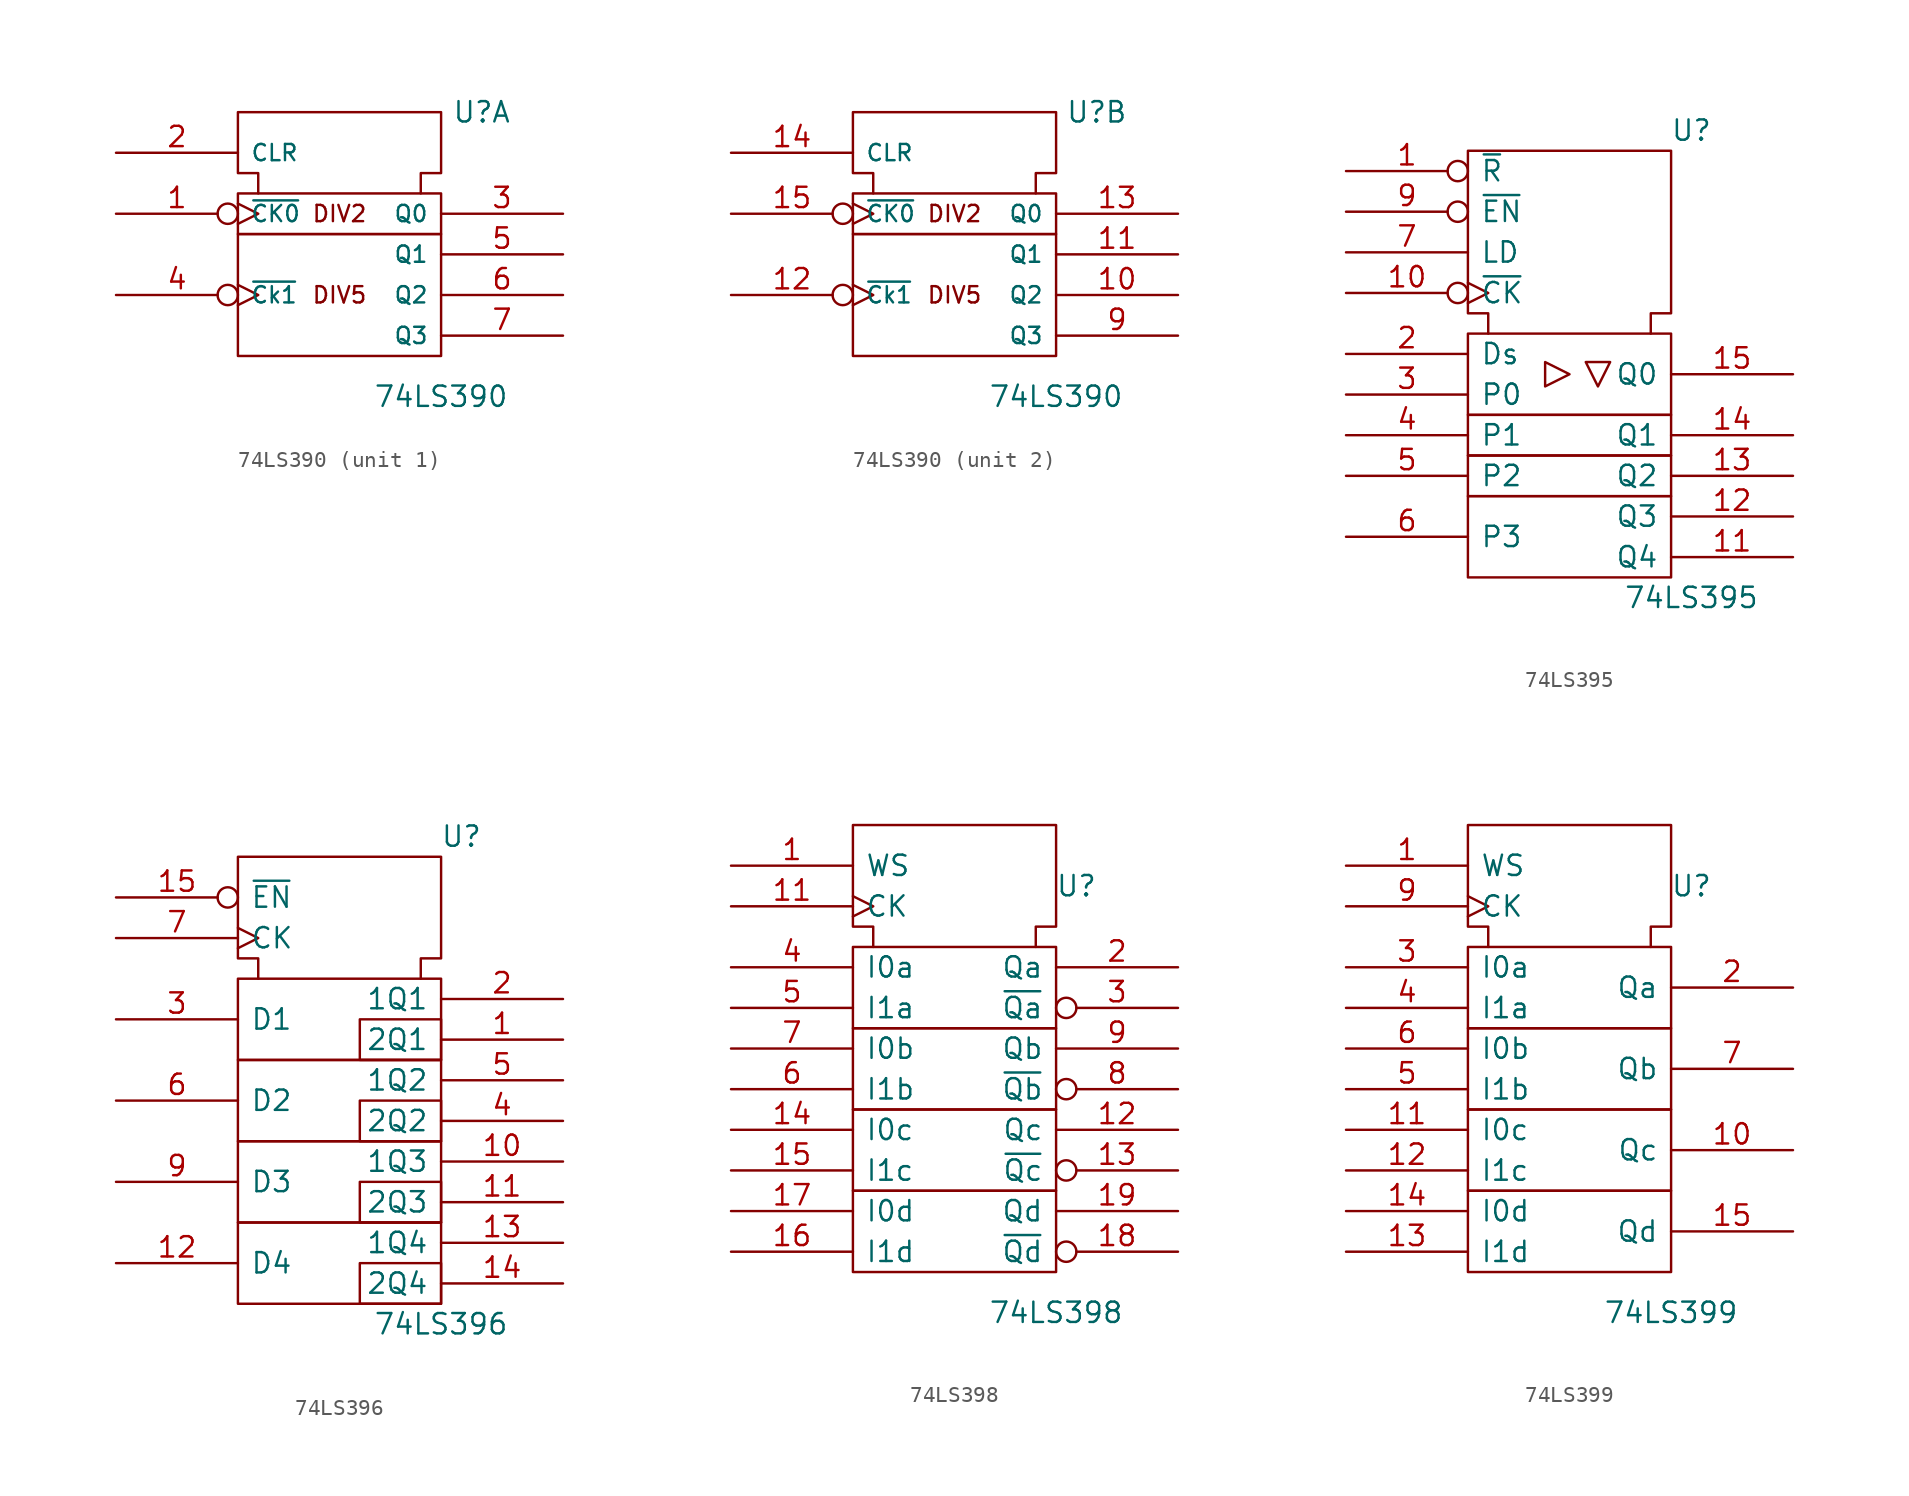
<source format=kicad_sym>
(kicad_symbol_lib
  (version 20201005)
  (generator kicad_symbol_editor)
  (symbol "74LS390"
    (pin_names
      (offset 0.762))
    (property "Reference" "U"
      (at 8.89 10.16 0)
      (effects (font (size 1.27 1.27))))
    (property "Value" "74LS390"
      (at 6.35 -7.62 0)
      (effects (font (size 1.27 1.27))))
    (symbol "74LS390_0_0"
      (text "DIV5" (at 0 -1.27 0) (effects (font (size 1.016 1.016))))
      (text "DIV2" (at 0 3.81 0) (effects (font (size 1.016 1.016))))
      (rectangle (start -6.35 2.54) (end 6.35 -5.08) (stroke (width 0)) (fill (type none)))
      (rectangle (start -6.35 5.08) (end 6.35 2.54) (stroke (width 0)) (fill (type none)))
      (polyline (pts (xy -5.08 5.08) (xy -5.08 6.35) (xy -6.35 6.35) (xy -6.35 10.16) (xy 6.35 10.16) (xy 6.35 6.35) (xy 5.08 6.35) (xy 5.08 5.08) (xy 5.08 5.08)) (stroke (width 0)) (fill (type none)))
      (pin power_in line (at 1.27 10.16 270) (length 0) hide (name "GND" (effects (font (size 1.016 1.016)))) (number "8" (effects (font (size 1.27 1.27)))))
      (pin power_in line (at 3.81 10.16 270) (length 0) hide (name "VCC" (effects (font (size 1.016 1.016)))) (number "16" (effects (font (size 1.27 1.27))))))
    (symbol "74LS390_1_1"
      (pin output line (at 13.97 -3.81 180) (length 7.62) (name "Q3" (effects (font (size 1.016 1.016)))) (number "7" (effects (font (size 1.27 1.27)))))
      (pin output line (at 13.97 -1.27 180) (length 7.62) (name "Q2" (effects (font (size 1.016 1.016)))) (number "6" (effects (font (size 1.27 1.27)))))
      (pin output line (at 13.97 1.27 180) (length 7.62) (name "Q1" (effects (font (size 1.016 1.016)))) (number "5" (effects (font (size 1.27 1.27)))))
      (pin output line (at 13.97 3.81 180) (length 7.62) (name "Q0" (effects (font (size 1.016 1.016)))) (number "3" (effects (font (size 1.27 1.27)))))
      (pin input inverted_clock (at -13.97 -1.27 0) (length 7.62) (name "~Ck1" (effects (font (size 1.016 1.016)))) (number "4" (effects (font (size 1.27 1.27)))))
      (pin input inverted_clock (at -13.97 3.81 0) (length 7.62) (name "~CK0" (effects (font (size 1.016 1.016)))) (number "1" (effects (font (size 1.27 1.27)))))
      (pin input line (at -13.97 7.62 0) (length 7.62) (name "CLR" (effects (font (size 1.016 1.016)))) (number "2" (effects (font (size 1.27 1.27))))))
    (symbol "74LS390_2_1"
      (pin output line (at 13.97 -3.81 180) (length 7.62) (name "Q3" (effects (font (size 1.016 1.016)))) (number "9" (effects (font (size 1.27 1.27)))))
      (pin output line (at 13.97 -1.27 180) (length 7.62) (name "Q2" (effects (font (size 1.016 1.016)))) (number "10" (effects (font (size 1.27 1.27)))))
      (pin output line (at 13.97 1.27 180) (length 7.62) (name "Q1" (effects (font (size 1.016 1.016)))) (number "11" (effects (font (size 1.27 1.27)))))
      (pin output line (at 13.97 3.81 180) (length 7.62) (name "Q0" (effects (font (size 1.016 1.016)))) (number "13" (effects (font (size 1.27 1.27)))))
      (pin input inverted_clock (at -13.97 -1.27 0) (length 7.62) (name "~Ck1" (effects (font (size 1.016 1.016)))) (number "12" (effects (font (size 1.27 1.27)))))
      (pin input inverted_clock (at -13.97 3.81 0) (length 7.62) (name "~CK0" (effects (font (size 1.016 1.016)))) (number "15" (effects (font (size 1.27 1.27)))))
      (pin input line (at -13.97 7.62 0) (length 7.62) (name "CLR" (effects (font (size 1.016 1.016)))) (number "14" (effects (font (size 1.27 1.27)))))))
  (symbol "74LS395"
    (pin_names
      (offset 0.762))
    (property "Reference" "U"
      (at 7.62 13.97 0)
      (effects (font (size 1.27 1.27))))
    (property "Value" "74LS395"
      (at 7.62 -15.24 0)
      (effects (font (size 1.27 1.27))))
    (symbol "74LS395_0_0"
      (rectangle (start -6.35 -8.89) (end 6.35 -13.97) (stroke (width 0)) (fill (type none)))
      (polyline (pts (xy -5.08 1.27) (xy -5.08 2.54) (xy -6.35 2.54) (xy -6.35 12.7) (xy 6.35 12.7) (xy 6.35 2.54) (xy 5.08 2.54) (xy 5.08 1.27) (xy 5.08 1.27)) (stroke (width 0)) (fill (type none)))
      (pin power_in line (at 0 12.7 270) (length 0) hide (name "GND" (effects (font (size 1.27 1.27)))) (number "8" (effects (font (size 1.27 1.27))))))
    (symbol "74LS395_0_1"
      (rectangle (start -6.35 1.27) (end 6.35 -3.81) (stroke (width 0)) (fill (type none)))
      (rectangle (start -6.35 -6.35) (end 6.35 -8.89) (stroke (width 0)) (fill (type none)))
      (rectangle (start -6.35 -3.81) (end 6.35 -6.35) (stroke (width 0)) (fill (type none)))
      (polyline (pts (xy -1.524 -0.508) (xy -1.524 -2.032) (xy 0 -1.27) (xy -1.524 -0.508) (xy -1.524 -0.508)) (stroke (width 0)) (fill (type none)))
      (polyline (pts (xy 2.54 -0.508) (xy 1.016 -0.508) (xy 1.778 -2.032) (xy 2.54 -0.508) (xy 2.54 -0.508)) (stroke (width 0)) (fill (type none)))
      (pin power_in line (at 3.81 12.7 270) (length 0) hide (name "Vdd" (effects (font (size 1.27 1.27)))) (number "16" (effects (font (size 1.27 1.27))))))
    (symbol "74LS395_1_1"
      (pin input line (at 13.97 -12.7 180) (length 7.62) (name "Q4" (effects (font (size 1.27 1.27)))) (number "11" (effects (font (size 1.27 1.27)))))
      (pin output line (at 13.97 -10.16 180) (length 7.62) (name "Q3" (effects (font (size 1.27 1.27)))) (number "12" (effects (font (size 1.27 1.27)))))
      (pin output line (at 13.97 -7.62 180) (length 7.62) (name "Q2" (effects (font (size 1.27 1.27)))) (number "13" (effects (font (size 1.27 1.27)))))
      (pin output line (at 13.97 -5.08 180) (length 7.62) (name "Q1" (effects (font (size 1.27 1.27)))) (number "14" (effects (font (size 1.27 1.27)))))
      (pin output line (at 13.97 -1.27 180) (length 7.62) (name "Q0" (effects (font (size 1.27 1.27)))) (number "15" (effects (font (size 1.27 1.27)))))
      (pin input line (at -13.97 -11.43 0) (length 7.62) (name "P3" (effects (font (size 1.27 1.27)))) (number "6" (effects (font (size 1.27 1.27)))))
      (pin input line (at -13.97 -7.62 0) (length 7.62) (name "P2" (effects (font (size 1.27 1.27)))) (number "5" (effects (font (size 1.27 1.27)))))
      (pin input line (at -13.97 -5.08 0) (length 7.62) (name "P1" (effects (font (size 1.27 1.27)))) (number "4" (effects (font (size 1.27 1.27)))))
      (pin input line (at -13.97 -2.54 0) (length 7.62) (name "P0" (effects (font (size 1.27 1.27)))) (number "3" (effects (font (size 1.27 1.27)))))
      (pin input line (at -13.97 0 0) (length 7.62) (name "Ds" (effects (font (size 1.27 1.27)))) (number "2" (effects (font (size 1.27 1.27)))))
      (pin input inverted_clock (at -13.97 3.81 0) (length 7.62) (name "~CK" (effects (font (size 1.27 1.27)))) (number "10" (effects (font (size 1.27 1.27)))))
      (pin input line (at -13.97 6.35 0) (length 7.62) (name "LD" (effects (font (size 1.27 1.27)))) (number "7" (effects (font (size 1.27 1.27)))))
      (pin input inverted (at -13.97 8.89 0) (length 7.62) (name "~EN" (effects (font (size 1.27 1.27)))) (number "9" (effects (font (size 1.27 1.27)))))
      (pin input inverted (at -13.97 11.43 0) (length 7.62) (name "~R" (effects (font (size 1.27 1.27)))) (number "1" (effects (font (size 1.27 1.27)))))))
  (symbol "74LS396"
    (pin_names
      (offset 0.762))
    (property "Reference" "U"
      (at 7.62 10.16 0)
      (effects (font (size 1.27 1.27))))
    (property "Value" "74LS396"
      (at 6.35 -20.32 0)
      (effects (font (size 1.27 1.27))))
    (symbol "74LS396_0_0"
      (rectangle (start -6.35 -13.97) (end 6.35 -19.05) (stroke (width 0)) (fill (type none)))
      (rectangle (start -6.35 1.27) (end 6.35 -3.81) (stroke (width 0)) (fill (type none)))
      (rectangle (start -6.35 -3.81) (end 6.35 -8.89) (stroke (width 0)) (fill (type none)))
      (rectangle (start 6.35 -1.27) (end 1.27 -3.81) (stroke (width 0)) (fill (type none)))
      (rectangle (start -6.35 -8.89) (end 6.35 -13.97) (stroke (width 0)) (fill (type none)))
      (rectangle (start 6.35 -16.51) (end 1.27 -19.05) (stroke (width 0)) (fill (type none)))
      (rectangle (start 6.35 -11.43) (end 1.27 -13.97) (stroke (width 0)) (fill (type none)))
      (rectangle (start 6.35 -6.35) (end 1.27 -8.89) (stroke (width 0)) (fill (type none))))
    (symbol "74LS396_0_1"
      (polyline (pts (xy -5.08 1.27) (xy -5.08 2.54) (xy -6.35 2.54) (xy -6.35 8.89) (xy 6.35 8.89) (xy 6.35 2.54) (xy 5.08 2.54) (xy 5.08 1.27) (xy 5.08 1.27)) (stroke (width 0)) (fill (type none))))
    (symbol "74LS396_1_1"
      (pin power_in line (at 0 8.89 270) (length 0) hide (name "Vss" (effects (font (size 1.27 1.27)))) (number "8" (effects (font (size 1.27 1.27)))))
      (pin power_in line (at 3.81 8.89 270) (length 0) hide (name "Vdd" (effects (font (size 1.27 1.27)))) (number "16" (effects (font (size 1.27 1.27)))))
      (pin output line (at 13.97 -17.78 180) (length 7.62) (name "2Q4" (effects (font (size 1.27 1.27)))) (number "14" (effects (font (size 1.27 1.27)))))
      (pin output line (at 13.97 -15.24 180) (length 7.62) (name "1Q4" (effects (font (size 1.27 1.27)))) (number "13" (effects (font (size 1.27 1.27)))))
      (pin output line (at 13.97 -12.7 180) (length 7.62) (name "2Q3" (effects (font (size 1.27 1.27)))) (number "11" (effects (font (size 1.27 1.27)))))
      (pin output line (at 13.97 -10.16 180) (length 7.62) (name "1Q3" (effects (font (size 1.27 1.27)))) (number "10" (effects (font (size 1.27 1.27)))))
      (pin output line (at 13.97 -7.62 180) (length 7.62) (name "2Q2" (effects (font (size 1.27 1.27)))) (number "4" (effects (font (size 1.27 1.27)))))
      (pin output line (at 13.97 -5.08 180) (length 7.62) (name "1Q2" (effects (font (size 1.27 1.27)))) (number "5" (effects (font (size 1.27 1.27)))))
      (pin output line (at 13.97 -2.54 180) (length 7.62) (name "2Q1" (effects (font (size 1.27 1.27)))) (number "1" (effects (font (size 1.27 1.27)))))
      (pin output line (at 13.97 0 180) (length 7.62) (name "1Q1" (effects (font (size 1.27 1.27)))) (number "2" (effects (font (size 1.27 1.27)))))
      (pin input line (at -13.97 -16.51 0) (length 7.62) (name "D4" (effects (font (size 1.27 1.27)))) (number "12" (effects (font (size 1.27 1.27)))))
      (pin input line (at -13.97 -11.43 0) (length 7.62) (name "D3" (effects (font (size 1.27 1.27)))) (number "9" (effects (font (size 1.27 1.27)))))
      (pin input line (at -13.97 -6.35 0) (length 7.62) (name "D2" (effects (font (size 1.27 1.27)))) (number "6" (effects (font (size 1.27 1.27)))))
      (pin input line (at -13.97 -1.27 0) (length 7.62) (name "D1" (effects (font (size 1.27 1.27)))) (number "3" (effects (font (size 1.27 1.27)))))
      (pin input clock (at -13.97 3.81 0) (length 7.62) (name "CK" (effects (font (size 1.27 1.27)))) (number "7" (effects (font (size 1.27 1.27)))))
      (pin input inverted (at -13.97 6.35 0) (length 7.62) (name "~EN" (effects (font (size 1.27 1.27)))) (number "15" (effects (font (size 1.27 1.27)))))))
  (symbol "74LS398"
    (pin_names
      (offset 0.762))
    (property "Reference" "U"
      (at 7.62 10.16 0)
      (effects (font (size 1.27 1.27))))
    (property "Value" "74LS398"
      (at 6.35 -16.51 0)
      (effects (font (size 1.27 1.27))))
    (symbol "74LS398_0_0"
      (rectangle (start -6.35 -3.81) (end 6.35 -8.89) (stroke (width 0)) (fill (type none)))
      (rectangle (start -6.35 1.27) (end 6.35 -3.81) (stroke (width 0)) (fill (type none)))
      (rectangle (start -6.35 -8.89) (end 6.35 -13.97) (stroke (width 0)) (fill (type none)))
      (rectangle (start -6.35 6.35) (end 6.35 1.27) (stroke (width 0)) (fill (type none)))
      (polyline (pts (xy -5.08 6.35) (xy -5.08 7.62) (xy -6.35 7.62) (xy -6.35 13.97) (xy 6.35 13.97) (xy 6.35 7.62) (xy 5.08 7.62) (xy 5.08 6.35) (xy 5.08 6.35)) (stroke (width 0)) (fill (type none)))
      (pin power_in line (at 0 13.97 270) (length 0) hide (name "GND" (effects (font (size 1.27 1.27)))) (number "10" (effects (font (size 1.27 1.27)))))
      (pin power_in line (at 3.81 13.97 270) (length 0) hide (name "VCC" (effects (font (size 1.27 1.27)))) (number "20" (effects (font (size 1.27 1.27))))))
    (symbol "74LS398_1_1"
      (pin output inverted (at 13.97 -12.7 180) (length 7.62) (name "~Qd" (effects (font (size 1.27 1.27)))) (number "18" (effects (font (size 1.27 1.27)))))
      (pin tri_state line (at 13.97 -10.16 180) (length 7.62) (name "Qd" (effects (font (size 1.27 1.27)))) (number "19" (effects (font (size 1.27 1.27)))))
      (pin output inverted (at 13.97 -7.62 180) (length 7.62) (name "~Qc" (effects (font (size 1.27 1.27)))) (number "13" (effects (font (size 1.27 1.27)))))
      (pin tri_state line (at 13.97 -5.08 180) (length 7.62) (name "Qc" (effects (font (size 1.27 1.27)))) (number "12" (effects (font (size 1.27 1.27)))))
      (pin output inverted (at 13.97 -2.54 180) (length 7.62) (name "~Qb" (effects (font (size 1.27 1.27)))) (number "8" (effects (font (size 1.27 1.27)))))
      (pin tri_state line (at 13.97 0 180) (length 7.62) (name "Qb" (effects (font (size 1.27 1.27)))) (number "9" (effects (font (size 1.27 1.27)))))
      (pin output inverted (at 13.97 2.54 180) (length 7.62) (name "~Qa" (effects (font (size 1.27 1.27)))) (number "3" (effects (font (size 1.27 1.27)))))
      (pin tri_state line (at 13.97 5.08 180) (length 7.62) (name "Qa" (effects (font (size 1.27 1.27)))) (number "2" (effects (font (size 1.27 1.27)))))
      (pin input line (at -13.97 -12.7 0) (length 7.62) (name "I1d" (effects (font (size 1.27 1.27)))) (number "16" (effects (font (size 1.27 1.27)))))
      (pin input line (at -13.97 -10.16 0) (length 7.62) (name "I0d" (effects (font (size 1.27 1.27)))) (number "17" (effects (font (size 1.27 1.27)))))
      (pin input line (at -13.97 -7.62 0) (length 7.62) (name "I1c" (effects (font (size 1.27 1.27)))) (number "15" (effects (font (size 1.27 1.27)))))
      (pin input line (at -13.97 -5.08 0) (length 7.62) (name "I0c" (effects (font (size 1.27 1.27)))) (number "14" (effects (font (size 1.27 1.27)))))
      (pin input line (at -13.97 -2.54 0) (length 7.62) (name "I1b" (effects (font (size 1.27 1.27)))) (number "6" (effects (font (size 1.27 1.27)))))
      (pin input line (at -13.97 0 0) (length 7.62) (name "I0b" (effects (font (size 1.27 1.27)))) (number "7" (effects (font (size 1.27 1.27)))))
      (pin input line (at -13.97 2.54 0) (length 7.62) (name "I1a" (effects (font (size 1.27 1.27)))) (number "5" (effects (font (size 1.27 1.27)))))
      (pin input line (at -13.97 5.08 0) (length 7.62) (name "I0a" (effects (font (size 1.27 1.27)))) (number "4" (effects (font (size 1.27 1.27)))))
      (pin input clock (at -13.97 8.89 0) (length 7.62) (name "CK" (effects (font (size 1.27 1.27)))) (number "11" (effects (font (size 1.27 1.27)))))
      (pin input line (at -13.97 11.43 0) (length 7.62) (name "WS" (effects (font (size 1.27 1.27)))) (number "1" (effects (font (size 1.27 1.27)))))))
  (symbol "74LS399"
    (pin_names
      (offset 0.762))
    (property "Reference" "U"
      (at 7.62 10.16 0)
      (effects (font (size 1.27 1.27))))
    (property "Value" "74LS399"
      (at 6.35 -16.51 0)
      (effects (font (size 1.27 1.27))))
    (symbol "74LS399_0_0"
      (rectangle (start -6.35 6.35) (end 6.35 1.27) (stroke (width 0)) (fill (type none)))
      (rectangle (start -6.35 -3.81) (end 6.35 -8.89) (stroke (width 0)) (fill (type none)))
      (rectangle (start -6.35 1.27) (end 6.35 -3.81) (stroke (width 0)) (fill (type none)))
      (rectangle (start -6.35 -8.89) (end 6.35 -13.97) (stroke (width 0)) (fill (type none)))
      (polyline (pts (xy -5.08 6.35) (xy -5.08 7.62) (xy -6.35 7.62) (xy -6.35 13.97) (xy 6.35 13.97) (xy 6.35 7.62) (xy 5.08 7.62) (xy 5.08 6.35) (xy 5.08 6.35)) (stroke (width 0)) (fill (type none)))
      (pin power_in line (at 0 13.97 270) (length 0) hide (name "GND" (effects (font (size 1.27 1.27)))) (number "8" (effects (font (size 1.27 1.27)))))
      (pin power_in line (at 3.81 13.97 270) (length 0) hide (name "VCC" (effects (font (size 1.27 1.27)))) (number "16" (effects (font (size 1.27 1.27))))))
    (symbol "74LS399_1_1"
      (pin tri_state line (at 13.97 -11.43 180) (length 7.62) (name "Qd" (effects (font (size 1.27 1.27)))) (number "15" (effects (font (size 1.27 1.27)))))
      (pin tri_state line (at 13.97 -6.35 180) (length 7.62) (name "Qc" (effects (font (size 1.27 1.27)))) (number "10" (effects (font (size 1.27 1.27)))))
      (pin tri_state line (at 13.97 -1.27 180) (length 7.62) (name "Qb" (effects (font (size 1.27 1.27)))) (number "7" (effects (font (size 1.27 1.27)))))
      (pin tri_state line (at 13.97 3.81 180) (length 7.62) (name "Qa" (effects (font (size 1.27 1.27)))) (number "2" (effects (font (size 1.27 1.27)))))
      (pin input line (at -13.97 -12.7 0) (length 7.62) (name "I1d" (effects (font (size 1.27 1.27)))) (number "13" (effects (font (size 1.27 1.27)))))
      (pin input line (at -13.97 -10.16 0) (length 7.62) (name "I0d" (effects (font (size 1.27 1.27)))) (number "14" (effects (font (size 1.27 1.27)))))
      (pin input line (at -13.97 -7.62 0) (length 7.62) (name "I1c" (effects (font (size 1.27 1.27)))) (number "12" (effects (font (size 1.27 1.27)))))
      (pin input line (at -13.97 -5.08 0) (length 7.62) (name "I0c" (effects (font (size 1.27 1.27)))) (number "11" (effects (font (size 1.27 1.27)))))
      (pin input line (at -13.97 -2.54 0) (length 7.62) (name "I1b" (effects (font (size 1.27 1.27)))) (number "5" (effects (font (size 1.27 1.27)))))
      (pin input line (at -13.97 0 0) (length 7.62) (name "I0b" (effects (font (size 1.27 1.27)))) (number "6" (effects (font (size 1.27 1.27)))))
      (pin input line (at -13.97 2.54 0) (length 7.62) (name "I1a" (effects (font (size 1.27 1.27)))) (number "4" (effects (font (size 1.27 1.27)))))
      (pin input line (at -13.97 5.08 0) (length 7.62) (name "I0a" (effects (font (size 1.27 1.27)))) (number "3" (effects (font (size 1.27 1.27)))))
      (pin input clock (at -13.97 8.89 0) (length 7.62) (name "CK" (effects (font (size 1.27 1.27)))) (number "9" (effects (font (size 1.27 1.27)))))
      (pin input line (at -13.97 11.43 0) (length 7.62) (name "WS" (effects (font (size 1.27 1.27)))) (number "1" (effects (font (size 1.27 1.27))))))))
</source>
